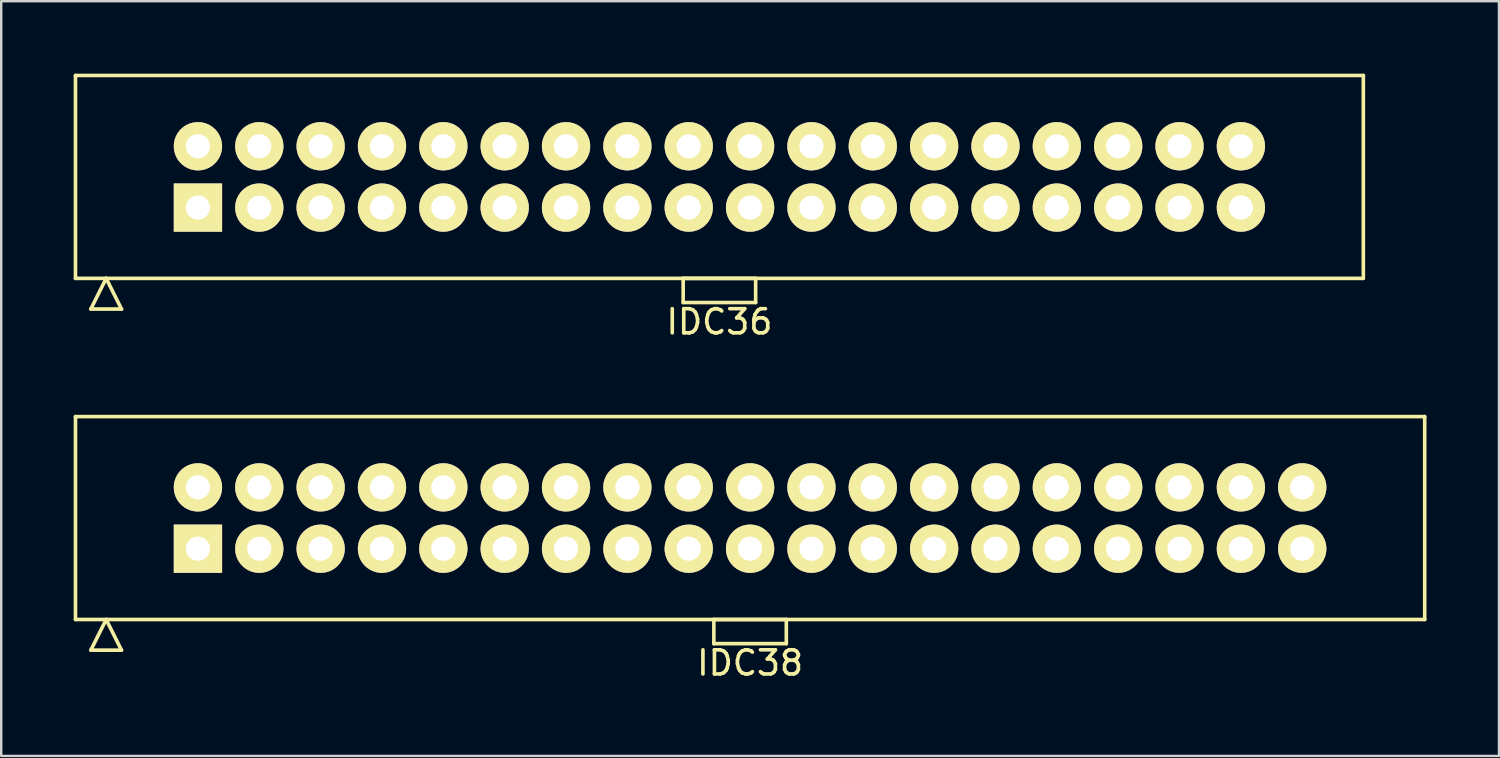
<source format=kicad_pcb>
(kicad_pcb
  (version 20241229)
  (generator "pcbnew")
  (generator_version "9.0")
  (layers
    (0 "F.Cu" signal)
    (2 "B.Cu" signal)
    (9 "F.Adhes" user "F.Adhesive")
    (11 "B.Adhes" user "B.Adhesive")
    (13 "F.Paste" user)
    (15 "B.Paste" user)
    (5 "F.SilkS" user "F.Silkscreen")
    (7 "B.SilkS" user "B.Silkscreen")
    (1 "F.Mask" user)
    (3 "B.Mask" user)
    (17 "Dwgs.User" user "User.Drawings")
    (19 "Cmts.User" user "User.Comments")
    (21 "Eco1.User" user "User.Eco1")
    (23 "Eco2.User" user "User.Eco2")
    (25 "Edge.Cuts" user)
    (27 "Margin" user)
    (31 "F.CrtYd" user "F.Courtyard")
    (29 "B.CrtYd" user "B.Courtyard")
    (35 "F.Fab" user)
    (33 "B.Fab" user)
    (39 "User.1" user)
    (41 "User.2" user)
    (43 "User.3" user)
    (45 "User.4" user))
  (footprint "IDC36"
    (layer "F.Cu")
    (at 26.735 4.275)
    (property "Reference" "IDC36" (at 0 6 0) (layer "F.SilkS") (effects (font (size 1 1) (thickness 0.15))))
    (attr through_hole)
    (fp_line (start -26.66 -4.2) (end -26.66 4.2) (stroke (width 0.15) (type solid)) (layer "F.SilkS"))
    (fp_line (start -26.66 4.2) (end 26.66 4.2) (stroke (width 0.15) (type solid)) (layer "F.SilkS"))
    (fp_line (start -26.025 5.47) (end -25.39 4.2) (stroke (width 0.15) (type solid)) (layer "F.SilkS"))
    (fp_line (start -26.025 5.47) (end -24.755 5.47) (stroke (width 0.15) (type solid)) (layer "F.SilkS"))
    (fp_line (start -24.755 5.47) (end -25.39 4.2) (stroke (width 0.15) (type solid)) (layer "F.SilkS"))
    (fp_line (start -1.5 4.2) (end -1.5 5.2) (stroke (width 0.15) (type solid)) (layer "F.SilkS"))
    (fp_line (start -1.5 5.2) (end 1.5 5.2) (stroke (width 0.15) (type solid)) (layer "F.SilkS"))
    (fp_line (start 1.5 4.2) (end -1.5 4.2) (stroke (width 0.15) (type solid)) (layer "F.SilkS"))
    (fp_line (start 1.5 5.2) (end 1.5 4.2) (stroke (width 0.15) (type solid)) (layer "F.SilkS"))
    (fp_line (start 26.66 -4.2) (end -26.66 -4.2) (stroke (width 0.15) (type solid)) (layer "F.SilkS"))
    (fp_line (start 26.66 4.2) (end 26.66 -4.2) (stroke (width 0.15) (type solid)) (layer "F.SilkS"))
    (pad "1" thru_hole rect (at -21.59 1.27) (size 2 2) (drill 1) (layers "*.Cu" "*.Mask" "F.SilkS"))
    (pad "2" thru_hole circle (at -21.59 -1.27) (size 2 2) (drill 1) (layers "*.Cu" "*.Mask" "F.SilkS"))
    (pad "3" thru_hole circle (at -19.05 1.27) (size 2 2) (drill 1) (layers "*.Cu" "*.Mask" "F.SilkS"))
    (pad "4" thru_hole circle (at -19.05 -1.27) (size 2 2) (drill 1) (layers "*.Cu" "*.Mask" "F.SilkS"))
    (pad "5" thru_hole circle (at -16.51 1.27) (size 2 2) (drill 1) (layers "*.Cu" "*.Mask" "F.SilkS"))
    (pad "6" thru_hole circle (at -16.51 -1.27) (size 2 2) (drill 1) (layers "*.Cu" "*.Mask" "F.SilkS"))
    (pad "7" thru_hole circle (at -13.97 1.27) (size 2 2) (drill 1) (layers "*.Cu" "*.Mask" "F.SilkS"))
    (pad "8" thru_hole circle (at -13.97 -1.27) (size 2 2) (drill 1) (layers "*.Cu" "*.Mask" "F.SilkS"))
    (pad "9" thru_hole circle (at -11.43 1.27) (size 2 2) (drill 1) (layers "*.Cu" "*.Mask" "F.SilkS"))
    (pad "10" thru_hole circle (at -11.43 -1.27) (size 2 2) (drill 1) (layers "*.Cu" "*.Mask" "F.SilkS"))
    (pad "11" thru_hole circle (at -8.89 1.27) (size 2 2) (drill 1) (layers "*.Cu" "*.Mask" "F.SilkS"))
    (pad "12" thru_hole circle (at -8.89 -1.27) (size 2 2) (drill 1) (layers "*.Cu" "*.Mask" "F.SilkS"))
    (pad "13" thru_hole circle (at -6.35 1.27) (size 2 2) (drill 1) (layers "*.Cu" "*.Mask" "F.SilkS"))
    (pad "14" thru_hole circle (at -6.35 -1.27) (size 2 2) (drill 1) (layers "*.Cu" "*.Mask" "F.SilkS"))
    (pad "15" thru_hole circle (at -3.81 1.27) (size 2 2) (drill 1) (layers "*.Cu" "*.Mask" "F.SilkS"))
    (pad "16" thru_hole circle (at -3.81 -1.27) (size 2 2) (drill 1) (layers "*.Cu" "*.Mask" "F.SilkS"))
    (pad "17" thru_hole circle (at -1.27 1.27) (size 2 2) (drill 1) (layers "*.Cu" "*.Mask" "F.SilkS"))
    (pad "18" thru_hole circle (at -1.27 -1.27) (size 2 2) (drill 1) (layers "*.Cu" "*.Mask" "F.SilkS"))
    (pad "19" thru_hole circle (at 1.27 1.27) (size 2 2) (drill 1) (layers "*.Cu" "*.Mask" "F.SilkS"))
    (pad "20" thru_hole circle (at 1.27 -1.27) (size 2 2) (drill 1) (layers "*.Cu" "*.Mask" "F.SilkS"))
    (pad "21" thru_hole circle (at 3.81 1.27) (size 2 2) (drill 1) (layers "*.Cu" "*.Mask" "F.SilkS"))
    (pad "22" thru_hole circle (at 3.81 -1.27) (size 2 2) (drill 1) (layers "*.Cu" "*.Mask" "F.SilkS"))
    (pad "23" thru_hole circle (at 6.35 1.27) (size 2 2) (drill 1) (layers "*.Cu" "*.Mask" "F.SilkS"))
    (pad "24" thru_hole circle (at 6.35 -1.27) (size 2 2) (drill 1) (layers "*.Cu" "*.Mask" "F.SilkS"))
    (pad "25" thru_hole circle (at 8.89 1.27) (size 2 2) (drill 1) (layers "*.Cu" "*.Mask" "F.SilkS"))
    (pad "26" thru_hole circle (at 8.89 -1.27) (size 2 2) (drill 1) (layers "*.Cu" "*.Mask" "F.SilkS"))
    (pad "27" thru_hole circle (at 11.43 1.27) (size 2 2) (drill 1) (layers "*.Cu" "*.Mask" "F.SilkS"))
    (pad "28" thru_hole circle (at 11.43 -1.27) (size 2 2) (drill 1) (layers "*.Cu" "*.Mask" "F.SilkS"))
    (pad "29" thru_hole circle (at 13.97 1.27) (size 2 2) (drill 1) (layers "*.Cu" "*.Mask" "F.SilkS"))
    (pad "30" thru_hole circle (at 13.97 -1.27) (size 2 2) (drill 1) (layers "*.Cu" "*.Mask" "F.SilkS"))
    (pad "31" thru_hole circle (at 16.51 1.27) (size 2 2) (drill 1) (layers "*.Cu" "*.Mask" "F.SilkS"))
    (pad "32" thru_hole circle (at 16.51 -1.27) (size 2 2) (drill 1) (layers "*.Cu" "*.Mask" "F.SilkS"))
    (pad "33" thru_hole circle (at 19.05 1.27) (size 2 2) (drill 1) (layers "*.Cu" "*.Mask" "F.SilkS"))
    (pad "34" thru_hole circle (at 19.05 -1.27) (size 2 2) (drill 1) (layers "*.Cu" "*.Mask" "F.SilkS"))
    (pad "35" thru_hole circle (at 21.59 1.27) (size 2 2) (drill 1) (layers "*.Cu" "*.Mask" "F.SilkS"))
    (pad "36" thru_hole circle (at 21.59 -1.27) (size 2 2) (drill 1) (layers "*.Cu" "*.Mask" "F.SilkS")))
  (footprint "IDC38"
    (layer "F.Cu")
    (at 28.005 18.398)
    (property "Reference" "IDC38" (at 0 6 0) (layer "F.SilkS") (effects (font (size 1 1) (thickness 0.15))))
    (attr through_hole)
    (fp_line (start -27.93 -4.2) (end -27.93 4.2) (stroke (width 0.15) (type solid)) (layer "F.SilkS"))
    (fp_line (start -27.93 4.2) (end 27.93 4.2) (stroke (width 0.15) (type solid)) (layer "F.SilkS"))
    (fp_line (start -27.295 5.47) (end -26.66 4.2) (stroke (width 0.15) (type solid)) (layer "F.SilkS"))
    (fp_line (start -27.295 5.47) (end -26.025 5.47) (stroke (width 0.15) (type solid)) (layer "F.SilkS"))
    (fp_line (start -26.025 5.47) (end -26.66 4.2) (stroke (width 0.15) (type solid)) (layer "F.SilkS"))
    (fp_line (start -1.5 4.2) (end -1.5 5.2) (stroke (width 0.15) (type solid)) (layer "F.SilkS"))
    (fp_line (start -1.5 5.2) (end 1.5 5.2) (stroke (width 0.15) (type solid)) (layer "F.SilkS"))
    (fp_line (start 1.5 4.2) (end -1.5 4.2) (stroke (width 0.15) (type solid)) (layer "F.SilkS"))
    (fp_line (start 1.5 5.2) (end 1.5 4.2) (stroke (width 0.15) (type solid)) (layer "F.SilkS"))
    (fp_line (start 27.93 -4.2) (end -27.93 -4.2) (stroke (width 0.15) (type solid)) (layer "F.SilkS"))
    (fp_line (start 27.93 4.2) (end 27.93 -4.2) (stroke (width 0.15) (type solid)) (layer "F.SilkS"))
    (pad "1" thru_hole rect (at -22.86 1.27) (size 2 2) (drill 1) (layers "*.Cu" "*.Mask" "F.SilkS"))
    (pad "2" thru_hole circle (at -22.86 -1.27) (size 2 2) (drill 1) (layers "*.Cu" "*.Mask" "F.SilkS"))
    (pad "3" thru_hole circle (at -20.32 1.27) (size 2 2) (drill 1) (layers "*.Cu" "*.Mask" "F.SilkS"))
    (pad "4" thru_hole circle (at -20.32 -1.27) (size 2 2) (drill 1) (layers "*.Cu" "*.Mask" "F.SilkS"))
    (pad "5" thru_hole circle (at -17.78 1.27) (size 2 2) (drill 1) (layers "*.Cu" "*.Mask" "F.SilkS"))
    (pad "6" thru_hole circle (at -17.78 -1.27) (size 2 2) (drill 1) (layers "*.Cu" "*.Mask" "F.SilkS"))
    (pad "7" thru_hole circle (at -15.24 1.27) (size 2 2) (drill 1) (layers "*.Cu" "*.Mask" "F.SilkS"))
    (pad "8" thru_hole circle (at -15.24 -1.27) (size 2 2) (drill 1) (layers "*.Cu" "*.Mask" "F.SilkS"))
    (pad "9" thru_hole circle (at -12.7 1.27) (size 2 2) (drill 1) (layers "*.Cu" "*.Mask" "F.SilkS"))
    (pad "10" thru_hole circle (at -12.7 -1.27) (size 2 2) (drill 1) (layers "*.Cu" "*.Mask" "F.SilkS"))
    (pad "11" thru_hole circle (at -10.16 1.27) (size 2 2) (drill 1) (layers "*.Cu" "*.Mask" "F.SilkS"))
    (pad "12" thru_hole circle (at -10.16 -1.27) (size 2 2) (drill 1) (layers "*.Cu" "*.Mask" "F.SilkS"))
    (pad "13" thru_hole circle (at -7.62 1.27) (size 2 2) (drill 1) (layers "*.Cu" "*.Mask" "F.SilkS"))
    (pad "14" thru_hole circle (at -7.62 -1.27) (size 2 2) (drill 1) (layers "*.Cu" "*.Mask" "F.SilkS"))
    (pad "15" thru_hole circle (at -5.08 1.27) (size 2 2) (drill 1) (layers "*.Cu" "*.Mask" "F.SilkS"))
    (pad "16" thru_hole circle (at -5.08 -1.27) (size 2 2) (drill 1) (layers "*.Cu" "*.Mask" "F.SilkS"))
    (pad "17" thru_hole circle (at -2.54 1.27) (size 2 2) (drill 1) (layers "*.Cu" "*.Mask" "F.SilkS"))
    (pad "18" thru_hole circle (at -2.54 -1.27) (size 2 2) (drill 1) (layers "*.Cu" "*.Mask" "F.SilkS"))
    (pad "19" thru_hole circle (at 0 1.27) (size 2 2) (drill 1) (layers "*.Cu" "*.Mask" "F.SilkS"))
    (pad "20" thru_hole circle (at 0 -1.27) (size 2 2) (drill 1) (layers "*.Cu" "*.Mask" "F.SilkS"))
    (pad "21" thru_hole circle (at 2.54 1.27) (size 2 2) (drill 1) (layers "*.Cu" "*.Mask" "F.SilkS"))
    (pad "22" thru_hole circle (at 2.54 -1.27) (size 2 2) (drill 1) (layers "*.Cu" "*.Mask" "F.SilkS"))
    (pad "23" thru_hole circle (at 5.08 1.27) (size 2 2) (drill 1) (layers "*.Cu" "*.Mask" "F.SilkS"))
    (pad "24" thru_hole circle (at 5.08 -1.27) (size 2 2) (drill 1) (layers "*.Cu" "*.Mask" "F.SilkS"))
    (pad "25" thru_hole circle (at 7.62 1.27) (size 2 2) (drill 1) (layers "*.Cu" "*.Mask" "F.SilkS"))
    (pad "26" thru_hole circle (at 7.62 -1.27) (size 2 2) (drill 1) (layers "*.Cu" "*.Mask" "F.SilkS"))
    (pad "27" thru_hole circle (at 10.16 1.27) (size 2 2) (drill 1) (layers "*.Cu" "*.Mask" "F.SilkS"))
    (pad "28" thru_hole circle (at 10.16 -1.27) (size 2 2) (drill 1) (layers "*.Cu" "*.Mask" "F.SilkS"))
    (pad "29" thru_hole circle (at 12.7 1.27) (size 2 2) (drill 1) (layers "*.Cu" "*.Mask" "F.SilkS"))
    (pad "30" thru_hole circle (at 12.7 -1.27) (size 2 2) (drill 1) (layers "*.Cu" "*.Mask" "F.SilkS"))
    (pad "31" thru_hole circle (at 15.24 1.27) (size 2 2) (drill 1) (layers "*.Cu" "*.Mask" "F.SilkS"))
    (pad "32" thru_hole circle (at 15.24 -1.27) (size 2 2) (drill 1) (layers "*.Cu" "*.Mask" "F.SilkS"))
    (pad "33" thru_hole circle (at 17.78 1.27) (size 2 2) (drill 1) (layers "*.Cu" "*.Mask" "F.SilkS"))
    (pad "34" thru_hole circle (at 17.78 -1.27) (size 2 2) (drill 1) (layers "*.Cu" "*.Mask" "F.SilkS"))
    (pad "35" thru_hole circle (at 20.32 1.27) (size 2 2) (drill 1) (layers "*.Cu" "*.Mask" "F.SilkS"))
    (pad "36" thru_hole circle (at 20.32 -1.27) (size 2 2) (drill 1) (layers "*.Cu" "*.Mask" "F.SilkS"))
    (pad "37" thru_hole circle (at 22.86 1.27) (size 2 2) (drill 1) (layers "*.Cu" "*.Mask" "F.SilkS"))
    (pad "38" thru_hole circle (at 22.86 -1.27) (size 2 2) (drill 1) (layers "*.Cu" "*.Mask" "F.SilkS")))
  (gr_rect
    (start -3 -3)
    (end 59.01 28.247)
    (stroke (width 0.1) (type default))
    (fill no)
    (layer "Edge.Cuts")))
</source>
